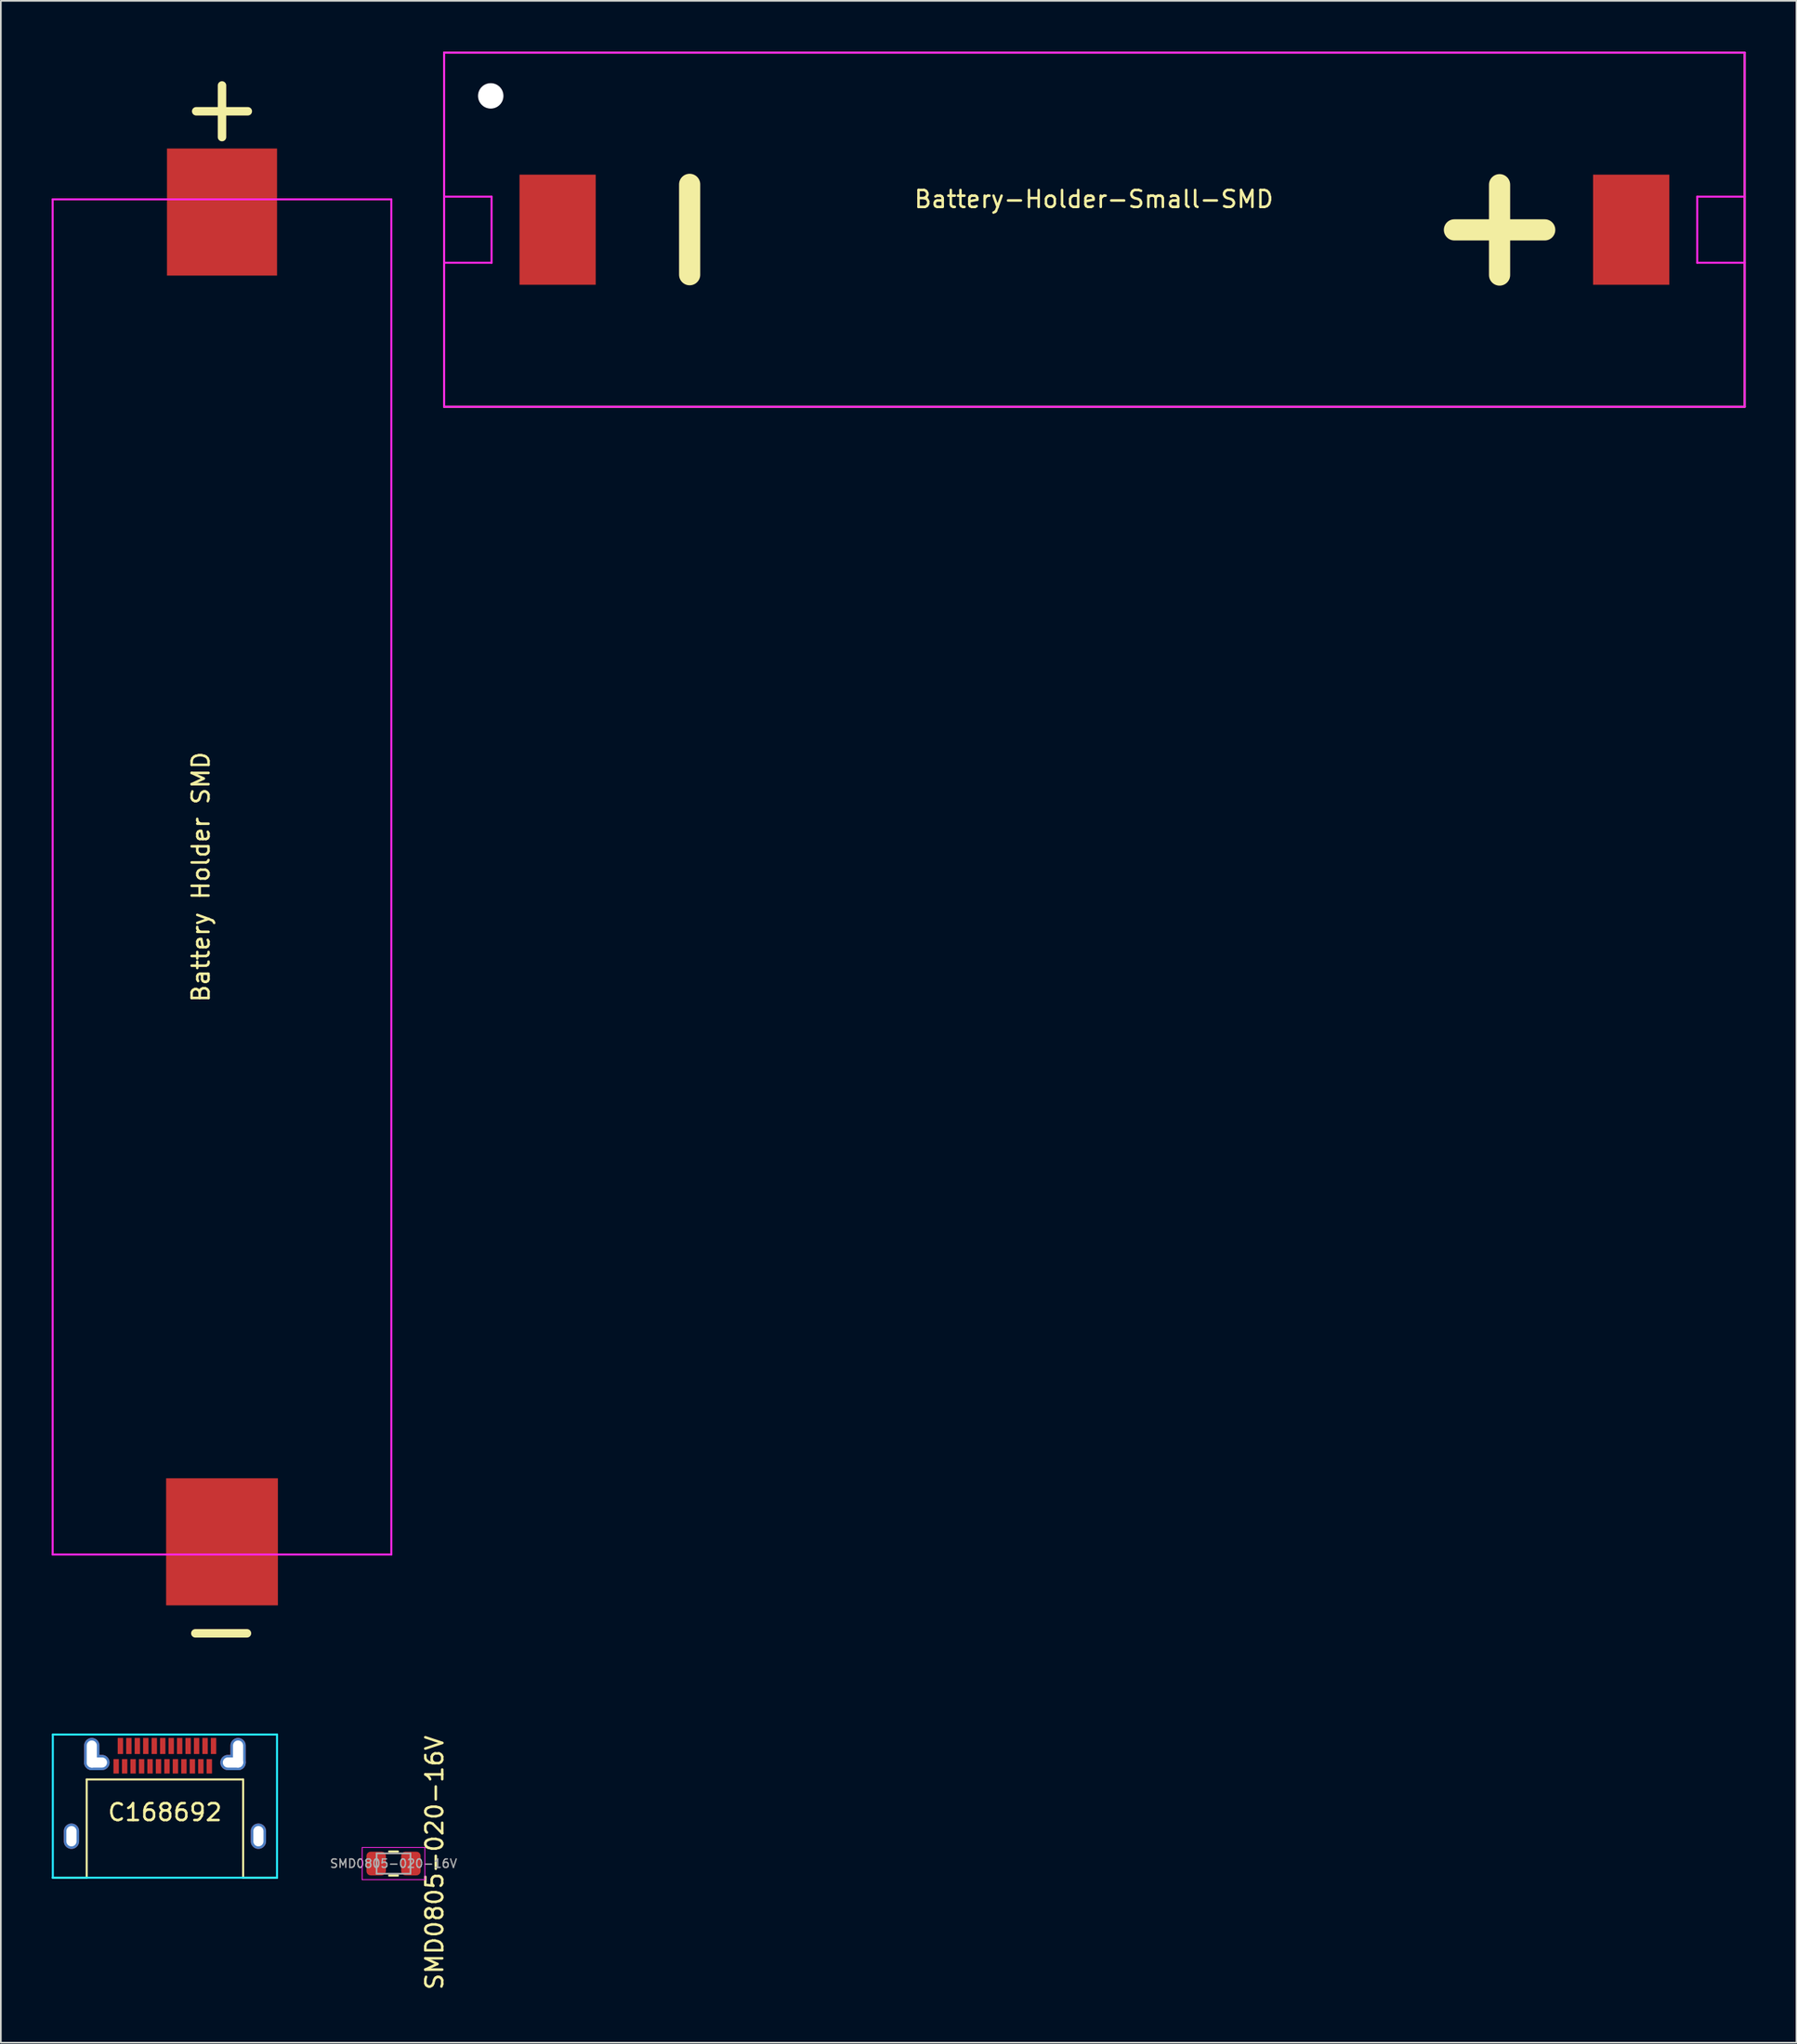
<source format=kicad_pcb>
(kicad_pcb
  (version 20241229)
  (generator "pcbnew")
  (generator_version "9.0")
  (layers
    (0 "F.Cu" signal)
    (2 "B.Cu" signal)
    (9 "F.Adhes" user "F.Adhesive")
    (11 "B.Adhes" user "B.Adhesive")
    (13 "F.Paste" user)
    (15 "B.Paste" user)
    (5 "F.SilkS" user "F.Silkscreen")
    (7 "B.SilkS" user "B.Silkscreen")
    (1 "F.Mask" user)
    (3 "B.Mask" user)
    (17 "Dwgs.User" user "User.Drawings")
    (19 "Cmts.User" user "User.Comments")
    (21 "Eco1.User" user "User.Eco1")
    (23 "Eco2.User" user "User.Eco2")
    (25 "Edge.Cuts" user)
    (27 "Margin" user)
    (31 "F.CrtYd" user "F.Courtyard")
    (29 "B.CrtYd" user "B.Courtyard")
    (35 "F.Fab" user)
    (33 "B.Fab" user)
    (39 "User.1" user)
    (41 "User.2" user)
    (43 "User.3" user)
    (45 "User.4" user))
  (footprint "SMD0805-020-16V"
    (layer "F.Cu")
    (at 20.19 106.959)
    (property "Reference" "SMD0805-020-16V" (at 2.42 -0.049 270) (layer "F.SilkS") (effects (font (size 1 1) (thickness 0.15))))
    (attr smd)
    (fp_line (start -0.261 -0.71) (end 0.261 -0.71) (stroke (width 0.12) (type solid)) (layer "F.SilkS"))
    (fp_line (start -0.261 0.71) (end 0.261 0.71) (stroke (width 0.12) (type solid)) (layer "F.SilkS"))
    (fp_line (start -1.85 -0.95) (end 1.85 -0.95) (stroke (width 0.05) (type solid)) (layer "F.CrtYd"))
    (fp_line (start -1.85 0.95) (end -1.85 -0.95) (stroke (width 0.05) (type solid)) (layer "F.CrtYd"))
    (fp_line (start 1.85 -0.95) (end 1.85 0.95) (stroke (width 0.05) (type solid)) (layer "F.CrtYd"))
    (fp_line (start 1.85 0.95) (end -1.85 0.95) (stroke (width 0.05) (type solid)) (layer "F.CrtYd"))
    (fp_line (start -1 -0.6) (end 1 -0.6) (stroke (width 0.1) (type solid)) (layer "F.Fab"))
    (fp_line (start -1 0.6) (end -1 -0.6) (stroke (width 0.1) (type solid)) (layer "F.Fab"))
    (fp_line (start 1 -0.6) (end 1 0.6) (stroke (width 0.1) (type solid)) (layer "F.Fab"))
    (fp_line (start 1 0.6) (end -1 0.6) (stroke (width 0.1) (type solid)) (layer "F.Fab"))
    (fp_text user "${REFERENCE}" (at 0 0 180) (layer "F.Fab") (effects (font (size 0.5 0.5) (thickness 0.08))))
    (pad "1" smd roundrect (at -1.025 0) (size 1.15 1.4) (layers "F.Cu" "F.Mask" "F.Paste") (roundrect_rratio 0.217))
    (pad "2" smd roundrect (at 1.025 0) (size 1.15 1.4) (layers "F.Cu" "F.Mask" "F.Paste") (roundrect_rratio 0.217)))
  (footprint "Battery-Holder-Small-SMD"
    (layer "F.Cu")
    (at 61.58 10.51)
    (property "Reference" "Battery-Holder-Small-SMD" (at -0.03 -1.8 180) (layer "F.SilkS") (effects (font (size 1 1) (thickness 0.15))))
    (attr smd)
    (fp_line (start -38.4 -10.45) (end 38.4 -10.45) (stroke (width 0.12) (type solid)) (layer "F.SilkS"))
    (fp_line (start -38.4 10.45) (end -38.4 -10.45) (stroke (width 0.12) (type solid)) (layer "F.SilkS"))
    (fp_line (start 38.4 -10.45) (end 38.4 10.45) (stroke (width 0.12) (type solid)) (layer "F.SilkS"))
    (fp_line (start 38.4 10.45) (end -38.4 10.45) (stroke (width 0.12) (type solid)) (layer "F.SilkS"))
    (fp_line (start -38.4 -10.45) (end -38.4 10.45) (stroke (width 0.12) (type solid)) (layer "F.CrtYd"))
    (fp_line (start -38.4 -10.45) (end 38.4 -10.45) (stroke (width 0.12) (type solid)) (layer "F.CrtYd"))
    (fp_line (start -38.4 -1.95) (end -35.6 -1.95) (stroke (width 0.12) (type solid)) (layer "F.CrtYd"))
    (fp_line (start -38.4 1.95) (end -35.6 1.95) (stroke (width 0.12) (type solid)) (layer "F.CrtYd"))
    (fp_line (start -38.4 10.45) (end 38.4 10.45) (stroke (width 0.12) (type solid)) (layer "F.CrtYd"))
    (fp_line (start -35.6 -1.95) (end -35.6 1.95) (stroke (width 0.12) (type solid)) (layer "F.CrtYd"))
    (fp_line (start 35.6 1.95) (end 35.6 -1.95) (stroke (width 0.12) (type solid)) (layer "F.CrtYd"))
    (fp_line (start 35.6 1.95) (end 38.4 1.95) (stroke (width 0.12) (type solid)) (layer "F.CrtYd"))
    (fp_line (start 38.4 -10.45) (end 38.4 10.45) (stroke (width 0.12) (type solid)) (layer "F.CrtYd"))
    (fp_line (start 38.4 -1.95) (end 35.6 -1.95) (stroke (width 0.12) (type solid)) (layer "F.CrtYd"))
    (fp_text user "+" (at 23.42 0.01 90) (layer "F.SilkS") (effects (font (size 7 7) (thickness 1.25))))
    (fp_text user "-" (at -24.41 -0.01 90) (layer "F.SilkS") (effects (font (size 7 7) (thickness 1.25))))
    (pad "" np_thru_hole circle (at -35.65 -7.9) (size 1.5 1.5) (drill 1.5) (layers "*.Cu" "*.Mask"))
    (pad "+" smd rect (at 31.7 0) (size 4.5 6.5) (layers "F.Cu" "F.Mask" "F.Paste"))
    (pad "-" smd rect (at -31.7 0) (size 4.5 6.5) (layers "F.Cu" "F.Mask" "F.Paste")))
  (footprint "C168692"
    (layer "F.Cu")
    (at 6.69 105.345)
    (property "Reference" "C168692" (at 0 -1.41 0) (layer "F.SilkS") (effects (font (size 1 1) (thickness 0.15))))
    (attr through_hole)
    (fp_line (start -4.62 -3.35) (end -4.62 2.45) (stroke (width 0.12) (type solid)) (layer "F.SilkS"))
    (fp_line (start -4.62 2.45) (end -6.62 2.45) (stroke (width 0.12) (type solid)) (layer "F.SilkS"))
    (fp_line (start 4.62 -3.35) (end -4.62 -3.35) (stroke (width 0.12) (type solid)) (layer "F.SilkS"))
    (fp_line (start 4.62 2.45) (end 4.62 -3.35) (stroke (width 0.12) (type solid)) (layer "F.SilkS"))
    (fp_line (start 6.62 2.45) (end 4.62 2.45) (stroke (width 0.12) (type solid)) (layer "F.SilkS"))
    (fp_line (start -6.62 -6) (end 6.62 -6) (stroke (width 0.12) (type solid)) (layer "B.CrtYd"))
    (fp_line (start -6.62 2.45) (end -6.62 -6) (stroke (width 0.12) (type solid)) (layer "B.CrtYd"))
    (fp_line (start 6.62 -6) (end 6.62 2.45) (stroke (width 0.12) (type solid)) (layer "B.CrtYd"))
    (fp_line (start 6.62 2.45) (end -6.63 2.45) (stroke (width 0.12) (type solid)) (layer "B.CrtYd"))
    (pad "A1" smd rect (at -2.63 -5.325) (size 0.32 0.95) (layers "F.Cu" "F.Mask" "F.Paste"))
    (pad "A2" smd rect (at -2.13 -5.325) (size 0.32 0.95) (layers "F.Cu" "F.Mask" "F.Paste"))
    (pad "A3" smd rect (at -1.63 -5.325) (size 0.32 0.95) (layers "F.Cu" "F.Mask" "F.Paste"))
    (pad "A4" smd rect (at -1.13 -5.325) (size 0.32 0.95) (layers "F.Cu" "F.Mask" "F.Paste"))
    (pad "A5" smd rect (at -0.63 -5.325) (size 0.32 0.95) (layers "F.Cu" "F.Mask" "F.Paste"))
    (pad "A6" smd rect (at -0.13 -5.325) (size 0.32 0.95) (layers "F.Cu" "F.Mask" "F.Paste"))
    (pad "A7" smd rect (at 0.37 -5.325) (size 0.32 0.95) (layers "F.Cu" "F.Mask" "F.Paste"))
    (pad "A8" smd rect (at 0.87 -5.325) (size 0.32 0.95) (layers "F.Cu" "F.Mask" "F.Paste"))
    (pad "A9" smd rect (at 1.37 -5.325) (size 0.32 0.95) (layers "F.Cu" "F.Mask" "F.Paste"))
    (pad "A10" smd rect (at 1.87 -5.325) (size 0.32 0.95) (layers "F.Cu" "F.Mask" "F.Paste"))
    (pad "A11" smd rect (at 2.37 -5.325) (size 0.32 0.95) (layers "F.Cu" "F.Mask" "F.Paste"))
    (pad "A12" smd rect (at 2.87 -5.325) (size 0.32 0.95) (layers "F.Cu" "F.Mask" "F.Paste"))
    (pad "B1" smd rect (at 2.62 -4.125) (size 0.32 0.85) (layers "F.Cu" "F.Mask" "F.Paste"))
    (pad "B2" smd rect (at 2.12 -4.125) (size 0.32 0.85) (layers "F.Cu" "F.Mask" "F.Paste"))
    (pad "B3" smd rect (at 1.62 -4.125) (size 0.32 0.85) (layers "F.Cu" "F.Mask" "F.Paste"))
    (pad "B4" smd rect (at 1.12 -4.125) (size 0.32 0.85) (layers "F.Cu" "F.Mask" "F.Paste"))
    (pad "B5" smd rect (at 0.62 -4.125) (size 0.32 0.85) (layers "F.Cu" "F.Mask" "F.Paste"))
    (pad "B6" smd rect (at 0.12 -4.125) (size 0.32 0.85) (layers "F.Cu" "F.Mask" "F.Paste"))
    (pad "B7" smd rect (at -0.38 -4.125) (size 0.32 0.85) (layers "F.Cu" "F.Mask" "F.Paste"))
    (pad "B8" smd rect (at -0.88 -4.125) (size 0.32 0.85) (layers "F.Cu" "F.Mask" "F.Paste"))
    (pad "B9" smd rect (at -1.38 -4.125) (size 0.32 0.85) (layers "F.Cu" "F.Mask" "F.Paste"))
    (pad "B10" smd rect (at -1.88 -4.125) (size 0.32 0.85) (layers "F.Cu" "F.Mask" "F.Paste"))
    (pad "B11" smd rect (at -2.38 -4.125) (size 0.32 0.85) (layers "F.Cu" "F.Mask" "F.Paste"))
    (pad "B12" smd rect (at -2.88 -4.125) (size 0.32 0.85) (layers "F.Cu" "F.Mask" "F.Paste"))
    (pad "S1" thru_hole oval (at -5.52 0) (size 0.9 1.5) (drill oval 0.6 1.2) (layers "*.Cu" "*.Mask"))
    (pad "S2" thru_hole oval (at -4.32 -4.85) (size 0.9 1.9) (drill oval 0.6 1.6) (layers "*.Cu" "*.Mask"))
    (pad "S2" thru_hole oval (at -4.02 -4.35 90) (size 0.9 1.5) (drill oval 0.6 1.2) (layers "*.Cu" "*.Mask"))
    (pad "S3" thru_hole oval (at 4.02 -4.35 90) (size 0.9 1.5) (drill oval 0.6 1.2) (layers "*.Cu" "*.Mask"))
    (pad "S3" thru_hole oval (at 4.32 -4.85) (size 0.9 1.9) (drill oval 0.6 1.6) (layers "*.Cu" "*.Mask"))
    (pad "S4" thru_hole oval (at 5.52 0) (size 0.9 1.5) (drill oval 0.6 1.2) (layers "*.Cu" "*.Mask")))
  (footprint "Battery Holder SMD"
    (layer "F.Cu")
    (at 10.06 48.718)
    (property "Reference" "Battery Holder SMD" (at -1.25 0 90) (layer "F.SilkS") (effects (font (size 1 1) (thickness 0.15))))
    (attr through_hole)
    (fp_line (start -10 -40) (end -10 40) (stroke (width 0.12) (type solid)) (layer "F.CrtYd"))
    (fp_line (start -10 -40) (end 10 -40) (stroke (width 0.12) (type solid)) (layer "F.CrtYd"))
    (fp_line (start -10 40) (end 10 40) (stroke (width 0.12) (type solid)) (layer "F.CrtYd"))
    (fp_line (start 10 -40) (end 10 40) (stroke (width 0.12) (type solid)) (layer "F.CrtYd"))
    (fp_text user "-" (at -0.05 44.35 0) (layer "F.SilkS") (effects (font (size 4 4) (thickness 0.5))))
    (fp_text user "+" (at 0 -45.5 0) (layer "F.SilkS") (effects (font (size 4 4) (thickness 0.5))))
    (pad "+" smd rect (at 0 -39.25) (size 6.5 7.5) (layers "F.Cu" "F.Mask" "F.Paste"))
    (pad "-" smd rect (at 0 39.25) (size 6.6 7.5) (layers "F.Cu" "F.Mask" "F.Paste")))
  (gr_rect
    (start -3 -3)
    (end 103.04 117.535)
    (stroke (width 0.1) (type default))
    (fill no)
    (layer "Edge.Cuts")))
</source>
